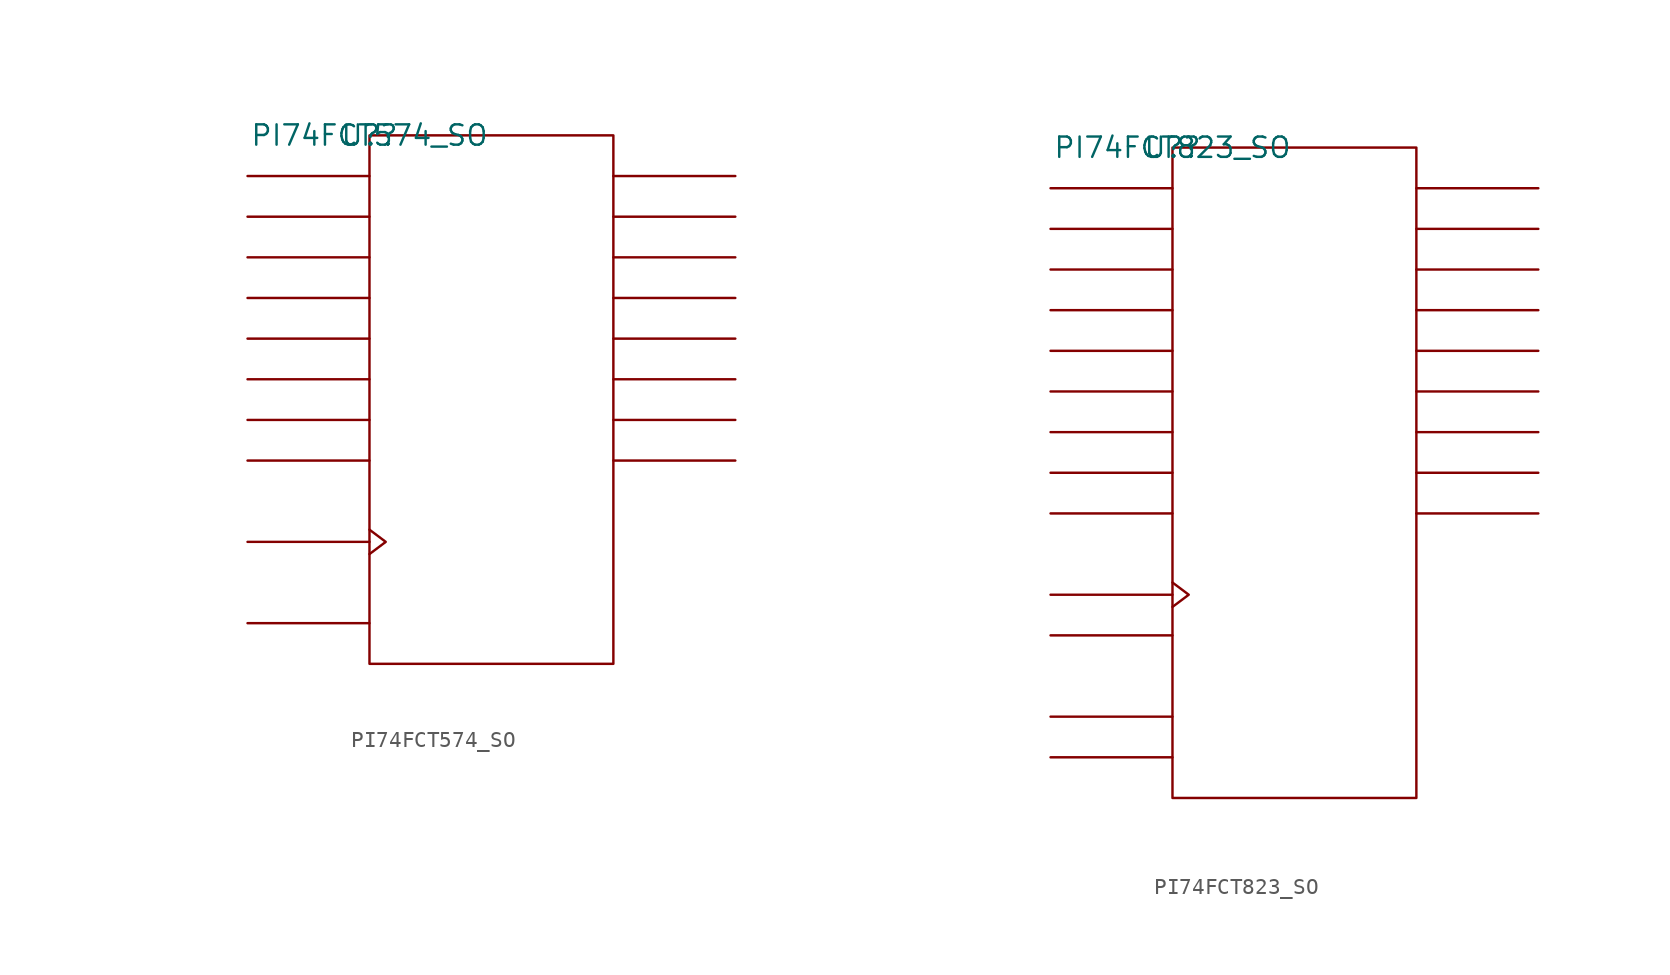
<source format=kicad_sym>
(kicad_symbol_lib
  (version 20211014)
  (generator kicad_symbol_editor)
  (symbol "PI74FCT574_SO"
    (pin_names
      (offset 0.762))
    (property "Reference" "U?"
      (at 0 0 0)
      (effects (font (size 1.27 1.27))))
    (property "Value" "PI74FCT574_SO"
      (at 0 0 0)
      (effects (font (size 1.27 1.27))))
    (symbol "PI74FCT574_SO_0_1"
      (rectangle (start 0 -33.02) (end 15.24 0) (stroke (width 0) (type default) (color 0 0 0 0)) (fill (type none)))
      (polyline (pts (xy 0 -30.48) (xy -7.62 -30.48)) (stroke (width 0) (type default) (color 0 0 0 0)) (fill (type none)))
      (polyline (pts (xy 0 -25.4) (xy -7.62 -25.4)) (stroke (width 0) (type default) (color 0 0 0 0)) (fill (type none)))
      (polyline (pts (xy 0 -20.32) (xy -7.62 -20.32)) (stroke (width 0) (type default) (color 0 0 0 0)) (fill (type none)))
      (polyline (pts (xy 0 -17.78) (xy -7.62 -17.78)) (stroke (width 0) (type default) (color 0 0 0 0)) (fill (type none)))
      (polyline (pts (xy 0 -15.24) (xy -7.62 -15.24)) (stroke (width 0) (type default) (color 0 0 0 0)) (fill (type none)))
      (polyline (pts (xy 0 -12.7) (xy -7.62 -12.7)) (stroke (width 0) (type default) (color 0 0 0 0)) (fill (type none)))
      (polyline (pts (xy 0 -10.16) (xy -7.62 -10.16)) (stroke (width 0) (type default) (color 0 0 0 0)) (fill (type none)))
      (polyline (pts (xy 0 -7.62) (xy -7.62 -7.62)) (stroke (width 0) (type default) (color 0 0 0 0)) (fill (type none)))
      (polyline (pts (xy 0 -5.08) (xy -7.62 -5.08)) (stroke (width 0) (type default) (color 0 0 0 0)) (fill (type none)))
      (polyline (pts (xy 0 -2.54) (xy -7.62 -2.54)) (stroke (width 0) (type default) (color 0 0 0 0)) (fill (type none)))
      (polyline (pts (xy 15.24 -20.32) (xy 22.86 -20.32)) (stroke (width 0) (type default) (color 0 0 0 0)) (fill (type none)))
      (polyline (pts (xy 15.24 -17.78) (xy 22.86 -17.78)) (stroke (width 0) (type default) (color 0 0 0 0)) (fill (type none)))
      (polyline (pts (xy 15.24 -15.24) (xy 22.86 -15.24)) (stroke (width 0) (type default) (color 0 0 0 0)) (fill (type none)))
      (polyline (pts (xy 15.24 -12.7) (xy 22.86 -12.7)) (stroke (width 0) (type default) (color 0 0 0 0)) (fill (type none)))
      (polyline (pts (xy 15.24 -10.16) (xy 22.86 -10.16)) (stroke (width 0) (type default) (color 0 0 0 0)) (fill (type none)))
      (polyline (pts (xy 15.24 -7.62) (xy 22.86 -7.62)) (stroke (width 0) (type default) (color 0 0 0 0)) (fill (type none)))
      (polyline (pts (xy 15.24 -5.08) (xy 22.86 -5.08)) (stroke (width 0) (type default) (color 0 0 0 0)) (fill (type none)))
      (polyline (pts (xy 15.24 -2.54) (xy 22.86 -2.54)) (stroke (width 0) (type default) (color 0 0 0 0)) (fill (type none)))
      (polyline (pts (xy 0 -24.638) (xy 1.016 -25.4) (xy 0 -26.162)) (stroke (width 0) (type default) (color 0 0 0 0)) (fill (type none))))
    (symbol "PI74FCT574_SO_1_1"
      (pin unspecified line (at -7.62 -30.48 0) (length 7.62) hide (name "O\\E\\" (effects (font (size 1.245 1.245)))) (number "1" (effects (font (size 1.245 1.245)))))
      (pin power_in line (at 7.62 -33.02 0) (length 7.62) hide (name "GND" (effects (font (size 1.245 1.245)))) (number "10" (effects (font (size 1.245 1.245)))))
      (pin unspecified line (at -7.62 -25.4 180) (length 7.62) hide (name "CLK" (effects (font (size 1.245 1.245)))) (number "11" (effects (font (size 1.245 1.245)))))
      (pin unspecified line (at 22.86 -20.32 180) (length 7.62) hide (name "O7" (effects (font (size 1.245 1.245)))) (number "12" (effects (font (size 1.245 1.245)))))
      (pin unspecified line (at 22.86 -17.78 180) (length 7.62) hide (name "O6" (effects (font (size 1.245 1.245)))) (number "13" (effects (font (size 1.245 1.245)))))
      (pin unspecified line (at 22.86 -15.24 180) (length 7.62) hide (name "O5" (effects (font (size 1.245 1.245)))) (number "14" (effects (font (size 1.245 1.245)))))
      (pin unspecified line (at 22.86 -12.7 180) (length 7.62) hide (name "O4" (effects (font (size 1.245 1.245)))) (number "15" (effects (font (size 1.245 1.245)))))
      (pin unspecified line (at 22.86 -10.16 180) (length 7.62) hide (name "O3" (effects (font (size 1.245 1.245)))) (number "16" (effects (font (size 1.245 1.245)))))
      (pin unspecified line (at 22.86 -7.62 180) (length 7.62) hide (name "O2" (effects (font (size 1.245 1.245)))) (number "17" (effects (font (size 1.245 1.245)))))
      (pin unspecified line (at 22.86 -5.08 180) (length 7.62) hide (name "O1" (effects (font (size 1.245 1.245)))) (number "18" (effects (font (size 1.245 1.245)))))
      (pin unspecified line (at 22.86 -2.54 180) (length 7.62) hide (name "O0" (effects (font (size 1.245 1.245)))) (number "19" (effects (font (size 1.245 1.245)))))
      (pin unspecified line (at -7.62 -2.54 0) (length 7.62) hide (name "D0" (effects (font (size 1.245 1.245)))) (number "2" (effects (font (size 1.245 1.245)))))
      (pin power_in line (at 7.62 0 180) (length 7.62) hide (name "VCC" (effects (font (size 1.245 1.245)))) (number "20" (effects (font (size 1.245 1.245)))))
      (pin unspecified line (at -7.62 -5.08 0) (length 7.62) hide (name "D1" (effects (font (size 1.245 1.245)))) (number "3" (effects (font (size 1.245 1.245)))))
      (pin unspecified line (at -7.62 -7.62 0) (length 7.62) hide (name "D2" (effects (font (size 1.245 1.245)))) (number "4" (effects (font (size 1.245 1.245)))))
      (pin unspecified line (at -7.62 -10.16 0) (length 7.62) hide (name "D3" (effects (font (size 1.245 1.245)))) (number "5" (effects (font (size 1.245 1.245)))))
      (pin unspecified line (at -7.62 -12.7 0) (length 7.62) hide (name "D4" (effects (font (size 1.245 1.245)))) (number "6" (effects (font (size 1.245 1.245)))))
      (pin unspecified line (at -7.62 -15.24 0) (length 7.62) hide (name "D5" (effects (font (size 1.245 1.245)))) (number "7" (effects (font (size 1.245 1.245)))))
      (pin unspecified line (at -7.62 -17.78 0) (length 7.62) hide (name "D6" (effects (font (size 1.245 1.245)))) (number "8" (effects (font (size 1.245 1.245)))))
      (pin unspecified line (at -7.62 -20.32 0) (length 7.62) hide (name "D7" (effects (font (size 1.245 1.245)))) (number "9" (effects (font (size 1.245 1.245)))))))
  (symbol "PI74FCT823_SO"
    (pin_names
      (offset 0.762))
    (property "Reference" "U?"
      (at 0 0 0)
      (effects (font (size 1.27 1.27))))
    (property "Value" "PI74FCT823_SO"
      (at 0 0 0)
      (effects (font (size 1.27 1.27))))
    (symbol "PI74FCT823_SO_0_1"
      (rectangle (start 0 -40.64) (end 15.24 0) (stroke (width 0) (type default) (color 0 0 0 0)) (fill (type none)))
      (polyline (pts (xy 0 -38.1) (xy -7.62 -38.1)) (stroke (width 0) (type default) (color 0 0 0 0)) (fill (type none)))
      (polyline (pts (xy 0 -35.56) (xy -7.62 -35.56)) (stroke (width 0) (type default) (color 0 0 0 0)) (fill (type none)))
      (polyline (pts (xy 0 -30.48) (xy -7.62 -30.48)) (stroke (width 0) (type default) (color 0 0 0 0)) (fill (type none)))
      (polyline (pts (xy 0 -27.94) (xy -7.62 -27.94)) (stroke (width 0) (type default) (color 0 0 0 0)) (fill (type none)))
      (polyline (pts (xy 0 -22.86) (xy -7.62 -22.86)) (stroke (width 0) (type default) (color 0 0 0 0)) (fill (type none)))
      (polyline (pts (xy 0 -20.32) (xy -7.62 -20.32)) (stroke (width 0) (type default) (color 0 0 0 0)) (fill (type none)))
      (polyline (pts (xy 0 -17.78) (xy -7.62 -17.78)) (stroke (width 0) (type default) (color 0 0 0 0)) (fill (type none)))
      (polyline (pts (xy 0 -15.24) (xy -7.62 -15.24)) (stroke (width 0) (type default) (color 0 0 0 0)) (fill (type none)))
      (polyline (pts (xy 0 -12.7) (xy -7.62 -12.7)) (stroke (width 0) (type default) (color 0 0 0 0)) (fill (type none)))
      (polyline (pts (xy 0 -10.16) (xy -7.62 -10.16)) (stroke (width 0) (type default) (color 0 0 0 0)) (fill (type none)))
      (polyline (pts (xy 0 -7.62) (xy -7.62 -7.62)) (stroke (width 0) (type default) (color 0 0 0 0)) (fill (type none)))
      (polyline (pts (xy 0 -5.08) (xy -7.62 -5.08)) (stroke (width 0) (type default) (color 0 0 0 0)) (fill (type none)))
      (polyline (pts (xy 0 -2.54) (xy -7.62 -2.54)) (stroke (width 0) (type default) (color 0 0 0 0)) (fill (type none)))
      (polyline (pts (xy 15.24 -22.86) (xy 22.86 -22.86)) (stroke (width 0) (type default) (color 0 0 0 0)) (fill (type none)))
      (polyline (pts (xy 15.24 -20.32) (xy 22.86 -20.32)) (stroke (width 0) (type default) (color 0 0 0 0)) (fill (type none)))
      (polyline (pts (xy 15.24 -17.78) (xy 22.86 -17.78)) (stroke (width 0) (type default) (color 0 0 0 0)) (fill (type none)))
      (polyline (pts (xy 15.24 -15.24) (xy 22.86 -15.24)) (stroke (width 0) (type default) (color 0 0 0 0)) (fill (type none)))
      (polyline (pts (xy 15.24 -12.7) (xy 22.86 -12.7)) (stroke (width 0) (type default) (color 0 0 0 0)) (fill (type none)))
      (polyline (pts (xy 15.24 -10.16) (xy 22.86 -10.16)) (stroke (width 0) (type default) (color 0 0 0 0)) (fill (type none)))
      (polyline (pts (xy 15.24 -7.62) (xy 22.86 -7.62)) (stroke (width 0) (type default) (color 0 0 0 0)) (fill (type none)))
      (polyline (pts (xy 15.24 -5.08) (xy 22.86 -5.08)) (stroke (width 0) (type default) (color 0 0 0 0)) (fill (type none)))
      (polyline (pts (xy 15.24 -2.54) (xy 22.86 -2.54)) (stroke (width 0) (type default) (color 0 0 0 0)) (fill (type none)))
      (polyline (pts (xy 0 -27.178) (xy 1.016 -27.94) (xy 0 -28.702)) (stroke (width 0) (type default) (color 0 0 0 0)) (fill (type none))))
    (symbol "PI74FCT823_SO_1_1"
      (pin unspecified line (at -7.62 -38.1 0) (length 7.62) hide (name "O\\E\\" (effects (font (size 1.245 1.245)))) (number "1" (effects (font (size 1.245 1.245)))))
      (pin unspecified line (at -7.62 -22.86 0) (length 7.62) hide (name "D8" (effects (font (size 1.245 1.245)))) (number "10" (effects (font (size 1.245 1.245)))))
      (pin unspecified line (at -7.62 -35.56 0) (length 7.62) hide (name "C\\L\\R\\" (effects (font (size 1.245 1.245)))) (number "11" (effects (font (size 1.245 1.245)))))
      (pin power_in line (at 7.62 -40.64 0) (length 7.62) hide (name "GND" (effects (font (size 1.245 1.245)))) (number "12" (effects (font (size 1.245 1.245)))))
      (pin unspecified line (at -7.62 -27.94 180) (length 7.62) hide (name "CP" (effects (font (size 1.245 1.245)))) (number "13" (effects (font (size 1.245 1.245)))))
      (pin unspecified line (at -7.62 -30.48 0) (length 7.62) hide (name "E\\N\\" (effects (font (size 1.245 1.245)))) (number "14" (effects (font (size 1.245 1.245)))))
      (pin unspecified line (at 22.86 -22.86 180) (length 7.62) hide (name "Y8" (effects (font (size 1.245 1.245)))) (number "15" (effects (font (size 1.245 1.245)))))
      (pin unspecified line (at 22.86 -20.32 180) (length 7.62) hide (name "Y7" (effects (font (size 1.245 1.245)))) (number "16" (effects (font (size 1.245 1.245)))))
      (pin unspecified line (at 22.86 -17.78 180) (length 7.62) hide (name "Y6" (effects (font (size 1.245 1.245)))) (number "17" (effects (font (size 1.245 1.245)))))
      (pin unspecified line (at 22.86 -15.24 180) (length 7.62) hide (name "Y5" (effects (font (size 1.245 1.245)))) (number "18" (effects (font (size 1.245 1.245)))))
      (pin unspecified line (at 22.86 -12.7 180) (length 7.62) hide (name "Y4" (effects (font (size 1.245 1.245)))) (number "19" (effects (font (size 1.245 1.245)))))
      (pin unspecified line (at -7.62 -2.54 0) (length 7.62) hide (name "D0" (effects (font (size 1.245 1.245)))) (number "2" (effects (font (size 1.245 1.245)))))
      (pin unspecified line (at 22.86 -10.16 180) (length 7.62) hide (name "Y3" (effects (font (size 1.245 1.245)))) (number "20" (effects (font (size 1.245 1.245)))))
      (pin unspecified line (at 22.86 -7.62 180) (length 7.62) hide (name "Y2" (effects (font (size 1.245 1.245)))) (number "21" (effects (font (size 1.245 1.245)))))
      (pin unspecified line (at 22.86 -5.08 180) (length 7.62) hide (name "Y1" (effects (font (size 1.245 1.245)))) (number "22" (effects (font (size 1.245 1.245)))))
      (pin unspecified line (at 22.86 -2.54 180) (length 7.62) hide (name "Y0" (effects (font (size 1.245 1.245)))) (number "23" (effects (font (size 1.245 1.245)))))
      (pin power_in line (at 7.62 0 0) (length 7.62) hide (name "VCC" (effects (font (size 1.245 1.245)))) (number "24" (effects (font (size 1.245 1.245)))))
      (pin unspecified line (at -7.62 -5.08 0) (length 7.62) hide (name "D1" (effects (font (size 1.245 1.245)))) (number "3" (effects (font (size 1.245 1.245)))))
      (pin unspecified line (at -7.62 -7.62 0) (length 7.62) hide (name "D2" (effects (font (size 1.245 1.245)))) (number "4" (effects (font (size 1.245 1.245)))))
      (pin unspecified line (at -7.62 -10.16 0) (length 7.62) hide (name "D3" (effects (font (size 1.245 1.245)))) (number "5" (effects (font (size 1.245 1.245)))))
      (pin unspecified line (at -7.62 -12.7 0) (length 7.62) hide (name "D4" (effects (font (size 1.245 1.245)))) (number "6" (effects (font (size 1.245 1.245)))))
      (pin unspecified line (at -7.62 -15.24 0) (length 7.62) hide (name "D5" (effects (font (size 1.245 1.245)))) (number "7" (effects (font (size 1.245 1.245)))))
      (pin unspecified line (at -7.62 -17.78 0) (length 7.62) hide (name "D6" (effects (font (size 1.245 1.245)))) (number "8" (effects (font (size 1.245 1.245)))))
      (pin unspecified line (at -7.62 -20.32 0) (length 7.62) hide (name "D7" (effects (font (size 1.245 1.245)))) (number "9" (effects (font (size 1.245 1.245))))))))
</source>
